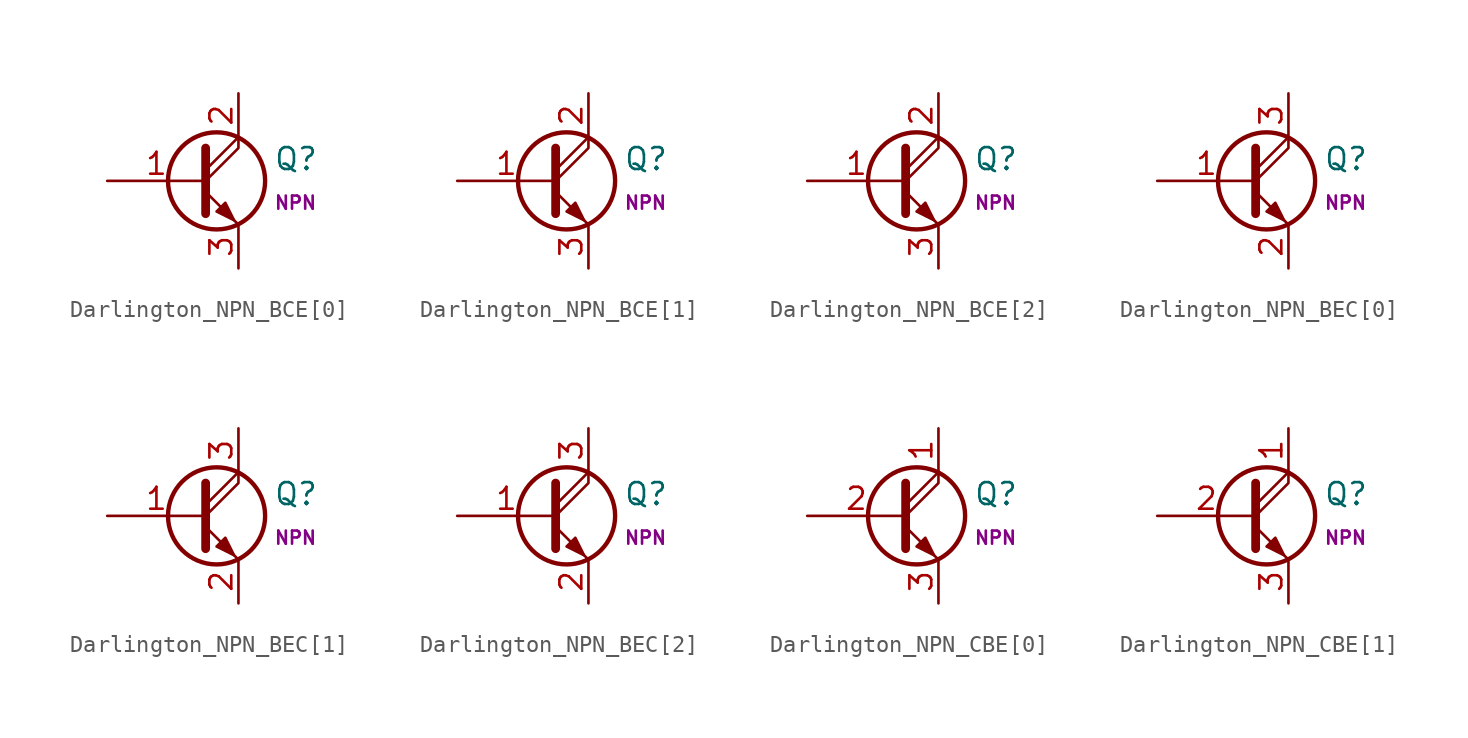
<source format=kicad_sym>
(kicad_symbol_lib
  (version 20211014)
  (generator kicad_symbol_editor)
  (symbol "Darlington_NPN_BCE[0]"
    (pin_names
      (offset 0) hide)
    (property "Reference" "Q"
      (at 4.572 1.27 0)
      (effects (font (size 1.27 1.27)) (justify left)))
    (property "Name" "NPN"
      (at 4.572 -1.27 0)
      (effects (font (size 0.762 0.762)) (justify left)))
    (symbol "Darlington_NPN_BCE[0]_0_1"
      (polyline (pts (xy 0.635 0.635) (xy 2.54 2.54)) (stroke (width 0) (type default) (color 0 0 0 0)) (fill (type none)))
      (polyline (pts (xy 0.635 -0.635) (xy 2.54 -2.54) (xy 2.54 -2.54)) (stroke (width 0) (type default) (color 0 0 0 0)) (fill (type none)))
      (polyline (pts (xy 0.635 0) (xy 2.54 1.905) (xy 2.54 2.54)) (stroke (width 0) (type default) (color 0 0 0 0)) (fill (type none)))
      (polyline (pts (xy 0.635 1.905) (xy 0.635 -1.905) (xy 0.635 -1.905)) (stroke (width 0.508) (type default) (color 0 0 0 0)) (fill (type none)))
      (polyline (pts (xy 1.27 -1.778) (xy 1.778 -1.27) (xy 2.286 -2.286) (xy 1.27 -1.778) (xy 1.27 -1.778)) (stroke (width 0) (type default) (color 0 0 0 0)) (fill (type outline)))
      (circle (center 1.27 0) (radius 2.819) (stroke (width 0.254) (type default) (color 0 0 0 0)) (fill (type none))))
    (symbol "Darlington_NPN_BCE[0]_1_1"
      (pin input line (at -5.08 0 0) (length 5.715) (name "B" (effects (font (size 1.27 1.27)))) (number "1" (effects (font (size 1.27 1.27)))))
      (pin passive line (at 2.54 5.08 270) (length 2.54) (name "C" (effects (font (size 1.27 1.27)))) (number "2" (effects (font (size 1.27 1.27)))))
      (pin passive line (at 2.54 -5.08 90) (length 2.54) (name "E" (effects (font (size 1.27 1.27)))) (number "3" (effects (font (size 1.27 1.27)))))))
  (symbol "Darlington_NPN_BCE[1]"
    (pin_names
      (offset 0) hide)
    (property "Reference" "Q"
      (at 4.572 1.27 0)
      (effects (font (size 1.27 1.27)) (justify left)))
    (property "Name" "NPN"
      (at 4.572 -1.27 0)
      (effects (font (size 0.762 0.762)) (justify left)))
    (symbol "Darlington_NPN_BCE[1]_0_1"
      (polyline (pts (xy 0.635 0.635) (xy 2.54 2.54)) (stroke (width 0) (type default) (color 0 0 0 0)) (fill (type none)))
      (polyline (pts (xy 0.635 -0.635) (xy 2.54 -2.54) (xy 2.54 -2.54)) (stroke (width 0) (type default) (color 0 0 0 0)) (fill (type none)))
      (polyline (pts (xy 0.635 0) (xy 2.54 1.905) (xy 2.54 2.54)) (stroke (width 0) (type default) (color 0 0 0 0)) (fill (type none)))
      (polyline (pts (xy 0.635 1.905) (xy 0.635 -1.905) (xy 0.635 -1.905)) (stroke (width 0.508) (type default) (color 0 0 0 0)) (fill (type none)))
      (polyline (pts (xy 1.27 -1.778) (xy 1.778 -1.27) (xy 2.286 -2.286) (xy 1.27 -1.778) (xy 1.27 -1.778)) (stroke (width 0) (type default) (color 0 0 0 0)) (fill (type outline)))
      (circle (center 1.27 0) (radius 2.819) (stroke (width 0.254) (type default) (color 0 0 0 0)) (fill (type none))))
    (symbol "Darlington_NPN_BCE[1]_1_1"
      (pin input line (at -5.08 0 0) (length 5.715) (name "B" (effects (font (size 1.27 1.27)))) (number "1" (effects (font (size 1.27 1.27)))))
      (pin passive line (at 2.54 5.08 270) (length 2.54) (name "C" (effects (font (size 1.27 1.27)))) (number "2" (effects (font (size 1.27 1.27)))))
      (pin passive line (at 2.54 -5.08 90) (length 2.54) (name "E" (effects (font (size 1.27 1.27)))) (number "3" (effects (font (size 1.27 1.27)))))))
  (symbol "Darlington_NPN_BCE[2]"
    (pin_names
      (offset 0) hide)
    (property "Reference" "Q"
      (at 4.572 1.27 0)
      (effects (font (size 1.27 1.27)) (justify left)))
    (property "Name" "NPN"
      (at 4.572 -1.27 0)
      (effects (font (size 0.762 0.762)) (justify left)))
    (symbol "Darlington_NPN_BCE[2]_0_1"
      (polyline (pts (xy 0.635 0.635) (xy 2.54 2.54)) (stroke (width 0) (type default) (color 0 0 0 0)) (fill (type none)))
      (polyline (pts (xy 0.635 -0.635) (xy 2.54 -2.54) (xy 2.54 -2.54)) (stroke (width 0) (type default) (color 0 0 0 0)) (fill (type none)))
      (polyline (pts (xy 0.635 0) (xy 2.54 1.905) (xy 2.54 2.54)) (stroke (width 0) (type default) (color 0 0 0 0)) (fill (type none)))
      (polyline (pts (xy 0.635 1.905) (xy 0.635 -1.905) (xy 0.635 -1.905)) (stroke (width 0.508) (type default) (color 0 0 0 0)) (fill (type none)))
      (polyline (pts (xy 1.27 -1.778) (xy 1.778 -1.27) (xy 2.286 -2.286) (xy 1.27 -1.778) (xy 1.27 -1.778)) (stroke (width 0) (type default) (color 0 0 0 0)) (fill (type outline)))
      (circle (center 1.27 0) (radius 2.819) (stroke (width 0.254) (type default) (color 0 0 0 0)) (fill (type none))))
    (symbol "Darlington_NPN_BCE[2]_1_1"
      (pin input line (at -5.08 0 0) (length 5.715) (name "B" (effects (font (size 1.27 1.27)))) (number "1" (effects (font (size 1.27 1.27)))))
      (pin passive line (at 2.54 5.08 270) (length 2.54) (name "C" (effects (font (size 1.27 1.27)))) (number "2" (effects (font (size 1.27 1.27)))))
      (pin passive line (at 2.54 -5.08 90) (length 2.54) (name "E" (effects (font (size 1.27 1.27)))) (number "3" (effects (font (size 1.27 1.27)))))))
  (symbol "Darlington_NPN_BEC[0]"
    (pin_names
      (offset 0) hide)
    (property "Reference" "Q"
      (at 4.572 1.27 0)
      (effects (font (size 1.27 1.27)) (justify left)))
    (property "Name" "NPN"
      (at 4.572 -1.27 0)
      (effects (font (size 0.762 0.762)) (justify left)))
    (symbol "Darlington_NPN_BEC[0]_0_1"
      (polyline (pts (xy 0.635 0.635) (xy 2.54 2.54)) (stroke (width 0) (type default) (color 0 0 0 0)) (fill (type none)))
      (polyline (pts (xy 0.635 -0.635) (xy 2.54 -2.54) (xy 2.54 -2.54)) (stroke (width 0) (type default) (color 0 0 0 0)) (fill (type none)))
      (polyline (pts (xy 0.635 0) (xy 2.54 1.905) (xy 2.54 2.54)) (stroke (width 0) (type default) (color 0 0 0 0)) (fill (type none)))
      (polyline (pts (xy 0.635 1.905) (xy 0.635 -1.905) (xy 0.635 -1.905)) (stroke (width 0.508) (type default) (color 0 0 0 0)) (fill (type none)))
      (polyline (pts (xy 1.27 -1.778) (xy 1.778 -1.27) (xy 2.286 -2.286) (xy 1.27 -1.778) (xy 1.27 -1.778)) (stroke (width 0) (type default) (color 0 0 0 0)) (fill (type outline)))
      (circle (center 1.27 0) (radius 2.819) (stroke (width 0.254) (type default) (color 0 0 0 0)) (fill (type none))))
    (symbol "Darlington_NPN_BEC[0]_1_1"
      (pin input line (at -5.08 0 0) (length 5.715) (name "B" (effects (font (size 1.27 1.27)))) (number "1" (effects (font (size 1.27 1.27)))))
      (pin passive line (at 2.54 -5.08 90) (length 2.54) (name "E" (effects (font (size 1.27 1.27)))) (number "2" (effects (font (size 1.27 1.27)))))
      (pin passive line (at 2.54 5.08 270) (length 2.54) (name "C" (effects (font (size 1.27 1.27)))) (number "3" (effects (font (size 1.27 1.27)))))))
  (symbol "Darlington_NPN_BEC[1]"
    (pin_names
      (offset 0) hide)
    (property "Reference" "Q"
      (at 4.572 1.27 0)
      (effects (font (size 1.27 1.27)) (justify left)))
    (property "Name" "NPN"
      (at 4.572 -1.27 0)
      (effects (font (size 0.762 0.762)) (justify left)))
    (symbol "Darlington_NPN_BEC[1]_0_1"
      (polyline (pts (xy 0.635 0.635) (xy 2.54 2.54)) (stroke (width 0) (type default) (color 0 0 0 0)) (fill (type none)))
      (polyline (pts (xy 0.635 -0.635) (xy 2.54 -2.54) (xy 2.54 -2.54)) (stroke (width 0) (type default) (color 0 0 0 0)) (fill (type none)))
      (polyline (pts (xy 0.635 0) (xy 2.54 1.905) (xy 2.54 2.54)) (stroke (width 0) (type default) (color 0 0 0 0)) (fill (type none)))
      (polyline (pts (xy 0.635 1.905) (xy 0.635 -1.905) (xy 0.635 -1.905)) (stroke (width 0.508) (type default) (color 0 0 0 0)) (fill (type none)))
      (polyline (pts (xy 1.27 -1.778) (xy 1.778 -1.27) (xy 2.286 -2.286) (xy 1.27 -1.778) (xy 1.27 -1.778)) (stroke (width 0) (type default) (color 0 0 0 0)) (fill (type outline)))
      (circle (center 1.27 0) (radius 2.819) (stroke (width 0.254) (type default) (color 0 0 0 0)) (fill (type none))))
    (symbol "Darlington_NPN_BEC[1]_1_1"
      (pin input line (at -5.08 0 0) (length 5.715) (name "B" (effects (font (size 1.27 1.27)))) (number "1" (effects (font (size 1.27 1.27)))))
      (pin passive line (at 2.54 -5.08 90) (length 2.54) (name "E" (effects (font (size 1.27 1.27)))) (number "2" (effects (font (size 1.27 1.27)))))
      (pin passive line (at 2.54 5.08 270) (length 2.54) (name "C" (effects (font (size 1.27 1.27)))) (number "3" (effects (font (size 1.27 1.27)))))))
  (symbol "Darlington_NPN_BEC[2]"
    (pin_names
      (offset 0) hide)
    (property "Reference" "Q"
      (at 4.572 1.27 0)
      (effects (font (size 1.27 1.27)) (justify left)))
    (property "Name" "NPN"
      (at 4.572 -1.27 0)
      (effects (font (size 0.762 0.762)) (justify left)))
    (symbol "Darlington_NPN_BEC[2]_0_1"
      (polyline (pts (xy 0.635 0.635) (xy 2.54 2.54)) (stroke (width 0) (type default) (color 0 0 0 0)) (fill (type none)))
      (polyline (pts (xy 0.635 -0.635) (xy 2.54 -2.54) (xy 2.54 -2.54)) (stroke (width 0) (type default) (color 0 0 0 0)) (fill (type none)))
      (polyline (pts (xy 0.635 0) (xy 2.54 1.905) (xy 2.54 2.54)) (stroke (width 0) (type default) (color 0 0 0 0)) (fill (type none)))
      (polyline (pts (xy 0.635 1.905) (xy 0.635 -1.905) (xy 0.635 -1.905)) (stroke (width 0.508) (type default) (color 0 0 0 0)) (fill (type none)))
      (polyline (pts (xy 1.27 -1.778) (xy 1.778 -1.27) (xy 2.286 -2.286) (xy 1.27 -1.778) (xy 1.27 -1.778)) (stroke (width 0) (type default) (color 0 0 0 0)) (fill (type outline)))
      (circle (center 1.27 0) (radius 2.819) (stroke (width 0.254) (type default) (color 0 0 0 0)) (fill (type none))))
    (symbol "Darlington_NPN_BEC[2]_1_1"
      (pin input line (at -5.08 0 0) (length 5.715) (name "B" (effects (font (size 1.27 1.27)))) (number "1" (effects (font (size 1.27 1.27)))))
      (pin passive line (at 2.54 -5.08 90) (length 2.54) (name "E" (effects (font (size 1.27 1.27)))) (number "2" (effects (font (size 1.27 1.27)))))
      (pin passive line (at 2.54 5.08 270) (length 2.54) (name "C" (effects (font (size 1.27 1.27)))) (number "3" (effects (font (size 1.27 1.27)))))))
  (symbol "Darlington_NPN_CBE[0]"
    (pin_names
      (offset 0) hide)
    (property "Reference" "Q"
      (at 4.572 1.27 0)
      (effects (font (size 1.27 1.27)) (justify left)))
    (property "Name" "NPN"
      (at 4.572 -1.27 0)
      (effects (font (size 0.762 0.762)) (justify left)))
    (symbol "Darlington_NPN_CBE[0]_0_1"
      (polyline (pts (xy 0.635 0.635) (xy 2.54 2.54)) (stroke (width 0) (type default) (color 0 0 0 0)) (fill (type none)))
      (polyline (pts (xy 0.635 -0.635) (xy 2.54 -2.54) (xy 2.54 -2.54)) (stroke (width 0) (type default) (color 0 0 0 0)) (fill (type none)))
      (polyline (pts (xy 0.635 0) (xy 2.54 1.905) (xy 2.54 2.54)) (stroke (width 0) (type default) (color 0 0 0 0)) (fill (type none)))
      (polyline (pts (xy 0.635 1.905) (xy 0.635 -1.905) (xy 0.635 -1.905)) (stroke (width 0.508) (type default) (color 0 0 0 0)) (fill (type none)))
      (polyline (pts (xy 1.27 -1.778) (xy 1.778 -1.27) (xy 2.286 -2.286) (xy 1.27 -1.778) (xy 1.27 -1.778)) (stroke (width 0) (type default) (color 0 0 0 0)) (fill (type outline)))
      (circle (center 1.27 0) (radius 2.819) (stroke (width 0.254) (type default) (color 0 0 0 0)) (fill (type none))))
    (symbol "Darlington_NPN_CBE[0]_1_1"
      (pin passive line (at 2.54 5.08 270) (length 2.54) (name "C" (effects (font (size 1.27 1.27)))) (number "1" (effects (font (size 1.27 1.27)))))
      (pin input line (at -5.08 0 0) (length 5.715) (name "B" (effects (font (size 1.27 1.27)))) (number "2" (effects (font (size 1.27 1.27)))))
      (pin passive line (at 2.54 -5.08 90) (length 2.54) (name "E" (effects (font (size 1.27 1.27)))) (number "3" (effects (font (size 1.27 1.27)))))))
  (symbol "Darlington_NPN_CBE[1]"
    (pin_names
      (offset 0) hide)
    (property "Reference" "Q"
      (at 4.572 1.27 0)
      (effects (font (size 1.27 1.27)) (justify left)))
    (property "Name" "NPN"
      (at 4.572 -1.27 0)
      (effects (font (size 0.762 0.762)) (justify left)))
    (symbol "Darlington_NPN_CBE[1]_0_1"
      (polyline (pts (xy 0.635 0.635) (xy 2.54 2.54)) (stroke (width 0) (type default) (color 0 0 0 0)) (fill (type none)))
      (polyline (pts (xy 0.635 -0.635) (xy 2.54 -2.54) (xy 2.54 -2.54)) (stroke (width 0) (type default) (color 0 0 0 0)) (fill (type none)))
      (polyline (pts (xy 0.635 0) (xy 2.54 1.905) (xy 2.54 2.54)) (stroke (width 0) (type default) (color 0 0 0 0)) (fill (type none)))
      (polyline (pts (xy 0.635 1.905) (xy 0.635 -1.905) (xy 0.635 -1.905)) (stroke (width 0.508) (type default) (color 0 0 0 0)) (fill (type none)))
      (polyline (pts (xy 1.27 -1.778) (xy 1.778 -1.27) (xy 2.286 -2.286) (xy 1.27 -1.778) (xy 1.27 -1.778)) (stroke (width 0) (type default) (color 0 0 0 0)) (fill (type outline)))
      (circle (center 1.27 0) (radius 2.819) (stroke (width 0.254) (type default) (color 0 0 0 0)) (fill (type none))))
    (symbol "Darlington_NPN_CBE[1]_1_1"
      (pin passive line (at 2.54 5.08 270) (length 2.54) (name "C" (effects (font (size 1.27 1.27)))) (number "1" (effects (font (size 1.27 1.27)))))
      (pin input line (at -5.08 0 0) (length 5.715) (name "B" (effects (font (size 1.27 1.27)))) (number "2" (effects (font (size 1.27 1.27)))))
      (pin passive line (at 2.54 -5.08 90) (length 2.54) (name "E" (effects (font (size 1.27 1.27)))) (number "3" (effects (font (size 1.27 1.27))))))))
</source>
